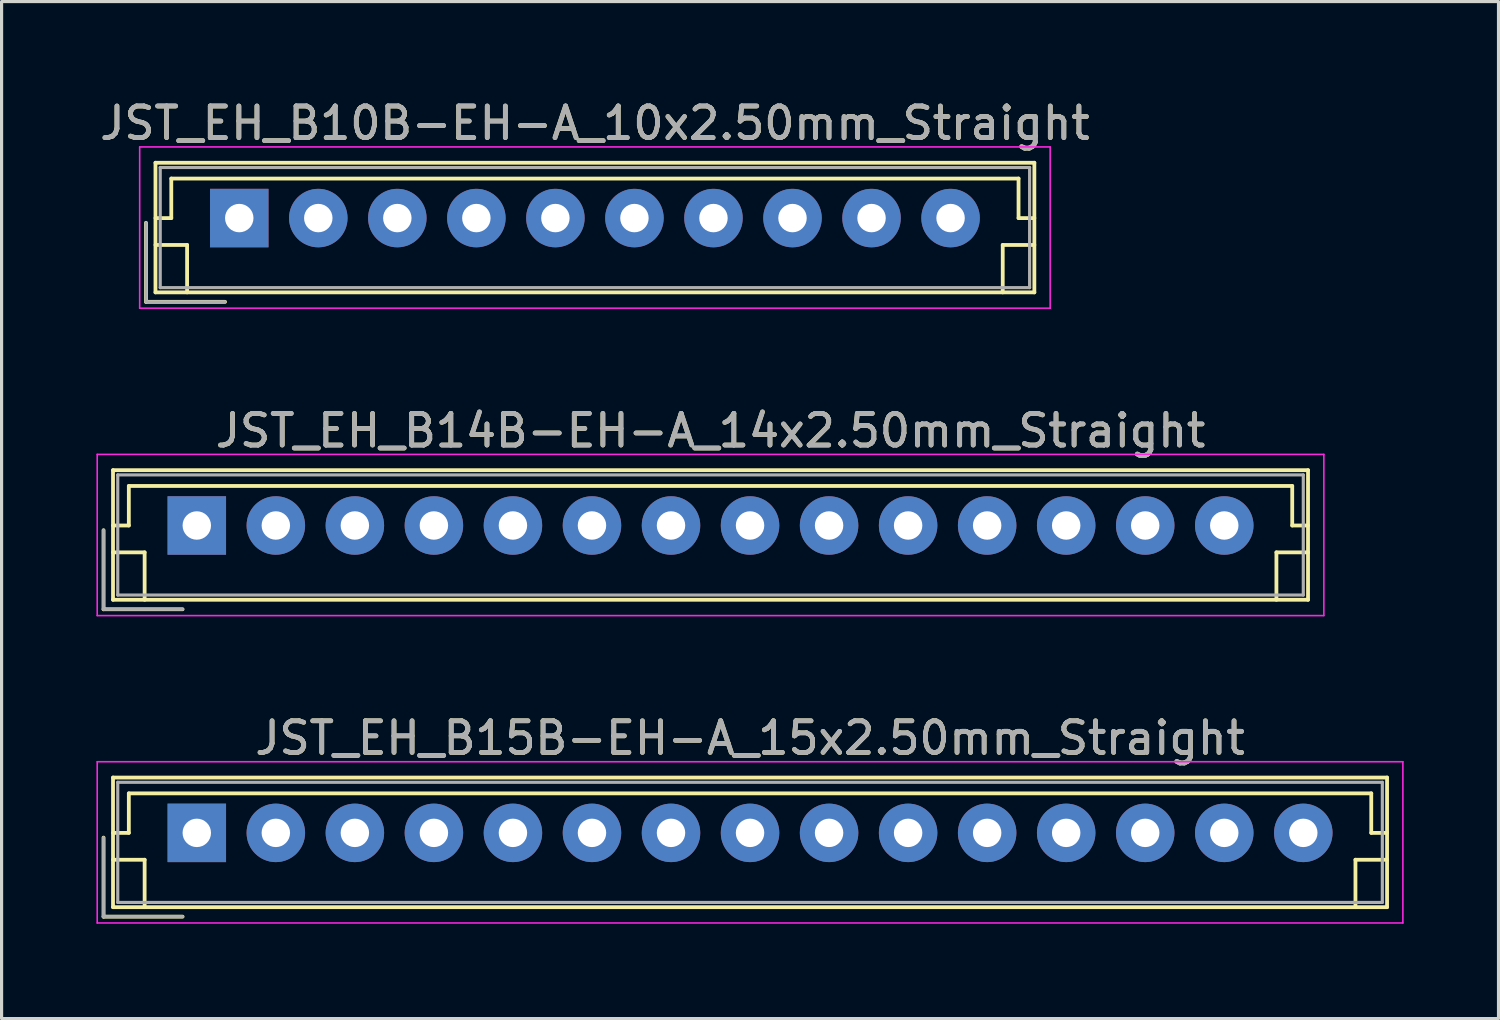
<source format=kicad_pcb>
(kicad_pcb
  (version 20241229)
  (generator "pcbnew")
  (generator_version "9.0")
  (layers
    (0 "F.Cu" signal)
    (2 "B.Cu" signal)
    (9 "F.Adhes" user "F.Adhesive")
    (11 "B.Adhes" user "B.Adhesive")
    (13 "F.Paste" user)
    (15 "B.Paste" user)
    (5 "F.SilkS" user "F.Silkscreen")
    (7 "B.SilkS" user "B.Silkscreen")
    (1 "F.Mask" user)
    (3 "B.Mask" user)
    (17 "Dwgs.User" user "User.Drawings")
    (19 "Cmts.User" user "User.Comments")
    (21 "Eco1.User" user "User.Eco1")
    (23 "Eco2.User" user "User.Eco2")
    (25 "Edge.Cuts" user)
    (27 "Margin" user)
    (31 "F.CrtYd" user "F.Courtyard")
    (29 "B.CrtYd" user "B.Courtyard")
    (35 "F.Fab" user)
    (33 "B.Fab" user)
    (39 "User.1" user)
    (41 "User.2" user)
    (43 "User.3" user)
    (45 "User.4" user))
  (footprint "JST_EH_B10B-EH-A_10x2.50mm_Straight"
    (layer "F.Cu")
    (at 4.518 3.848)
    (property "Reference" "JST_EH_B10B-EH-A_10x2.50mm_Straight" (at 11.25 -3 0) (layer "F.SilkS") (effects (font (size 1 1) (thickness 0.15))))
    (attr through_hole)
    (fp_line (start -2.95 0.15) (end -2.95 2.65) (stroke (width 0.12) (type solid)) (layer "F.SilkS"))
    (fp_line (start -2.95 2.65) (end -0.45 2.65) (stroke (width 0.12) (type solid)) (layer "F.SilkS"))
    (fp_line (start -2.65 -1.75) (end -2.65 2.35) (stroke (width 0.12) (type solid)) (layer "F.SilkS"))
    (fp_line (start -2.65 0) (end -2.15 0) (stroke (width 0.12) (type solid)) (layer "F.SilkS"))
    (fp_line (start -2.65 0.85) (end -1.65 0.85) (stroke (width 0.12) (type solid)) (layer "F.SilkS"))
    (fp_line (start -2.65 2.35) (end 25.15 2.35) (stroke (width 0.12) (type solid)) (layer "F.SilkS"))
    (fp_line (start -2.15 -1.25) (end 24.65 -1.25) (stroke (width 0.12) (type solid)) (layer "F.SilkS"))
    (fp_line (start -2.15 0) (end -2.15 -1.25) (stroke (width 0.12) (type solid)) (layer "F.SilkS"))
    (fp_line (start -1.65 0.85) (end -1.65 2.35) (stroke (width 0.12) (type solid)) (layer "F.SilkS"))
    (fp_line (start 24.15 0.85) (end 24.15 2.35) (stroke (width 0.12) (type solid)) (layer "F.SilkS"))
    (fp_line (start 24.65 -1.25) (end 24.65 0) (stroke (width 0.12) (type solid)) (layer "F.SilkS"))
    (fp_line (start 24.65 0) (end 25.15 0) (stroke (width 0.12) (type solid)) (layer "F.SilkS"))
    (fp_line (start 25.15 -1.75) (end -2.65 -1.75) (stroke (width 0.12) (type solid)) (layer "F.SilkS"))
    (fp_line (start 25.15 0.85) (end 24.15 0.85) (stroke (width 0.12) (type solid)) (layer "F.SilkS"))
    (fp_line (start 25.15 2.35) (end 25.15 -1.75) (stroke (width 0.12) (type solid)) (layer "F.SilkS"))
    (fp_line (start -3.15 -2.25) (end -3.15 2.85) (stroke (width 0.05) (type solid)) (layer "F.CrtYd"))
    (fp_line (start -3.15 2.85) (end 25.65 2.85) (stroke (width 0.05) (type solid)) (layer "F.CrtYd"))
    (fp_line (start 25.65 -2.25) (end -3.15 -2.25) (stroke (width 0.05) (type solid)) (layer "F.CrtYd"))
    (fp_line (start 25.65 2.85) (end 25.65 -2.25) (stroke (width 0.05) (type solid)) (layer "F.CrtYd"))
    (fp_line (start -2.95 0.15) (end -2.95 2.65) (stroke (width 0.1) (type solid)) (layer "F.Fab"))
    (fp_line (start -2.95 2.65) (end -0.45 2.65) (stroke (width 0.1) (type solid)) (layer "F.Fab"))
    (fp_line (start -2.5 -1.6) (end -2.5 2.2) (stroke (width 0.1) (type solid)) (layer "F.Fab"))
    (fp_line (start -2.5 2.2) (end 25 2.2) (stroke (width 0.1) (type solid)) (layer "F.Fab"))
    (fp_line (start 25 -1.6) (end -2.5 -1.6) (stroke (width 0.1) (type solid)) (layer "F.Fab"))
    (fp_line (start 25 2.2) (end 25 -1.6) (stroke (width 0.1) (type solid)) (layer "F.Fab"))
    (fp_text user "${REFERENCE}" (at 11.25 -3 0) (layer "F.Fab") (effects (font (size 1 1) (thickness 0.15))))
    (pad "1" thru_hole rect (at 0 0) (size 1.85 1.85) (drill 0.9) (layers "*.Cu" "*.Mask"))
    (pad "2" thru_hole circle (at 2.5 0) (size 1.85 1.85) (drill 0.9) (layers "*.Cu" "*.Mask"))
    (pad "3" thru_hole circle (at 5 0) (size 1.85 1.85) (drill 0.9) (layers "*.Cu" "*.Mask"))
    (pad "4" thru_hole circle (at 7.5 0) (size 1.85 1.85) (drill 0.9) (layers "*.Cu" "*.Mask"))
    (pad "5" thru_hole circle (at 10 0) (size 1.85 1.85) (drill 0.9) (layers "*.Cu" "*.Mask"))
    (pad "6" thru_hole circle (at 12.5 0) (size 1.85 1.85) (drill 0.9) (layers "*.Cu" "*.Mask"))
    (pad "7" thru_hole circle (at 15 0) (size 1.85 1.85) (drill 0.9) (layers "*.Cu" "*.Mask"))
    (pad "8" thru_hole circle (at 17.5 0) (size 1.85 1.85) (drill 0.9) (layers "*.Cu" "*.Mask"))
    (pad "9" thru_hole circle (at 20 0) (size 1.85 1.85) (drill 0.9) (layers "*.Cu" "*.Mask"))
    (pad "10" thru_hole circle (at 22.5 0) (size 1.85 1.85) (drill 0.9) (layers "*.Cu" "*.Mask")))
  (footprint "JST_EH_B14B-EH-A_14x2.50mm_Straight"
    (layer "F.Cu")
    (at 3.175 13.572)
    (property "Reference" "JST_EH_B14B-EH-A_14x2.50mm_Straight" (at 16.25 -3 0) (layer "F.SilkS") (effects (font (size 1 1) (thickness 0.15))))
    (attr through_hole)
    (fp_line (start -2.95 0.15) (end -2.95 2.65) (stroke (width 0.12) (type solid)) (layer "F.SilkS"))
    (fp_line (start -2.95 2.65) (end -0.45 2.65) (stroke (width 0.12) (type solid)) (layer "F.SilkS"))
    (fp_line (start -2.65 -1.75) (end -2.65 2.35) (stroke (width 0.12) (type solid)) (layer "F.SilkS"))
    (fp_line (start -2.65 0) (end -2.15 0) (stroke (width 0.12) (type solid)) (layer "F.SilkS"))
    (fp_line (start -2.65 0.85) (end -1.65 0.85) (stroke (width 0.12) (type solid)) (layer "F.SilkS"))
    (fp_line (start -2.65 2.35) (end 35.15 2.35) (stroke (width 0.12) (type solid)) (layer "F.SilkS"))
    (fp_line (start -2.15 -1.25) (end 34.65 -1.25) (stroke (width 0.12) (type solid)) (layer "F.SilkS"))
    (fp_line (start -2.15 0) (end -2.15 -1.25) (stroke (width 0.12) (type solid)) (layer "F.SilkS"))
    (fp_line (start -1.65 0.85) (end -1.65 2.35) (stroke (width 0.12) (type solid)) (layer "F.SilkS"))
    (fp_line (start 34.15 0.85) (end 34.15 2.35) (stroke (width 0.12) (type solid)) (layer "F.SilkS"))
    (fp_line (start 34.65 -1.25) (end 34.65 0) (stroke (width 0.12) (type solid)) (layer "F.SilkS"))
    (fp_line (start 34.65 0) (end 35.15 0) (stroke (width 0.12) (type solid)) (layer "F.SilkS"))
    (fp_line (start 35.15 -1.75) (end -2.65 -1.75) (stroke (width 0.12) (type solid)) (layer "F.SilkS"))
    (fp_line (start 35.15 0.85) (end 34.15 0.85) (stroke (width 0.12) (type solid)) (layer "F.SilkS"))
    (fp_line (start 35.15 2.35) (end 35.15 -1.75) (stroke (width 0.12) (type solid)) (layer "F.SilkS"))
    (fp_line (start -3.15 -2.25) (end -3.15 2.85) (stroke (width 0.05) (type solid)) (layer "F.CrtYd"))
    (fp_line (start -3.15 2.85) (end 35.65 2.85) (stroke (width 0.05) (type solid)) (layer "F.CrtYd"))
    (fp_line (start 35.65 -2.25) (end -3.15 -2.25) (stroke (width 0.05) (type solid)) (layer "F.CrtYd"))
    (fp_line (start 35.65 2.85) (end 35.65 -2.25) (stroke (width 0.05) (type solid)) (layer "F.CrtYd"))
    (fp_line (start -2.95 0.15) (end -2.95 2.65) (stroke (width 0.1) (type solid)) (layer "F.Fab"))
    (fp_line (start -2.95 2.65) (end -0.45 2.65) (stroke (width 0.1) (type solid)) (layer "F.Fab"))
    (fp_line (start -2.5 -1.6) (end -2.5 2.2) (stroke (width 0.1) (type solid)) (layer "F.Fab"))
    (fp_line (start -2.5 2.2) (end 35 2.2) (stroke (width 0.1) (type solid)) (layer "F.Fab"))
    (fp_line (start 35 -1.6) (end -2.5 -1.6) (stroke (width 0.1) (type solid)) (layer "F.Fab"))
    (fp_line (start 35 2.2) (end 35 -1.6) (stroke (width 0.1) (type solid)) (layer "F.Fab"))
    (fp_text user "${REFERENCE}" (at 16.25 -3 0) (layer "F.Fab") (effects (font (size 1 1) (thickness 0.15))))
    (pad "1" thru_hole rect (at 0 0) (size 1.85 1.85) (drill 0.9) (layers "*.Cu" "*.Mask"))
    (pad "2" thru_hole circle (at 2.5 0) (size 1.85 1.85) (drill 0.9) (layers "*.Cu" "*.Mask"))
    (pad "3" thru_hole circle (at 5 0) (size 1.85 1.85) (drill 0.9) (layers "*.Cu" "*.Mask"))
    (pad "4" thru_hole circle (at 7.5 0) (size 1.85 1.85) (drill 0.9) (layers "*.Cu" "*.Mask"))
    (pad "5" thru_hole circle (at 10 0) (size 1.85 1.85) (drill 0.9) (layers "*.Cu" "*.Mask"))
    (pad "6" thru_hole circle (at 12.5 0) (size 1.85 1.85) (drill 0.9) (layers "*.Cu" "*.Mask"))
    (pad "7" thru_hole circle (at 15 0) (size 1.85 1.85) (drill 0.9) (layers "*.Cu" "*.Mask"))
    (pad "8" thru_hole circle (at 17.5 0) (size 1.85 1.85) (drill 0.9) (layers "*.Cu" "*.Mask"))
    (pad "9" thru_hole circle (at 20 0) (size 1.85 1.85) (drill 0.9) (layers "*.Cu" "*.Mask"))
    (pad "10" thru_hole circle (at 22.5 0) (size 1.85 1.85) (drill 0.9) (layers "*.Cu" "*.Mask"))
    (pad "11" thru_hole circle (at 25 0) (size 1.85 1.85) (drill 0.9) (layers "*.Cu" "*.Mask"))
    (pad "12" thru_hole circle (at 27.5 0) (size 1.85 1.85) (drill 0.9) (layers "*.Cu" "*.Mask"))
    (pad "13" thru_hole circle (at 30 0) (size 1.85 1.85) (drill 0.9) (layers "*.Cu" "*.Mask"))
    (pad "14" thru_hole circle (at 32.5 0) (size 1.85 1.85) (drill 0.9) (layers "*.Cu" "*.Mask")))
  (footprint "JST_EH_B15B-EH-A_15x2.50mm_Straight"
    (layer "F.Cu")
    (at 3.175 23.295)
    (property "Reference" "JST_EH_B15B-EH-A_15x2.50mm_Straight" (at 17.5 -3 0) (layer "F.SilkS") (effects (font (size 1 1) (thickness 0.15))))
    (attr through_hole)
    (fp_line (start -2.95 0.15) (end -2.95 2.65) (stroke (width 0.12) (type solid)) (layer "F.SilkS"))
    (fp_line (start -2.95 2.65) (end -0.45 2.65) (stroke (width 0.12) (type solid)) (layer "F.SilkS"))
    (fp_line (start -2.65 -1.75) (end -2.65 2.35) (stroke (width 0.12) (type solid)) (layer "F.SilkS"))
    (fp_line (start -2.65 0) (end -2.15 0) (stroke (width 0.12) (type solid)) (layer "F.SilkS"))
    (fp_line (start -2.65 0.85) (end -1.65 0.85) (stroke (width 0.12) (type solid)) (layer "F.SilkS"))
    (fp_line (start -2.65 2.35) (end 37.65 2.35) (stroke (width 0.12) (type solid)) (layer "F.SilkS"))
    (fp_line (start -2.15 -1.25) (end 37.15 -1.25) (stroke (width 0.12) (type solid)) (layer "F.SilkS"))
    (fp_line (start -2.15 0) (end -2.15 -1.25) (stroke (width 0.12) (type solid)) (layer "F.SilkS"))
    (fp_line (start -1.65 0.85) (end -1.65 2.35) (stroke (width 0.12) (type solid)) (layer "F.SilkS"))
    (fp_line (start 36.65 0.85) (end 36.65 2.35) (stroke (width 0.12) (type solid)) (layer "F.SilkS"))
    (fp_line (start 37.15 -1.25) (end 37.15 0) (stroke (width 0.12) (type solid)) (layer "F.SilkS"))
    (fp_line (start 37.15 0) (end 37.65 0) (stroke (width 0.12) (type solid)) (layer "F.SilkS"))
    (fp_line (start 37.65 -1.75) (end -2.65 -1.75) (stroke (width 0.12) (type solid)) (layer "F.SilkS"))
    (fp_line (start 37.65 0.85) (end 36.65 0.85) (stroke (width 0.12) (type solid)) (layer "F.SilkS"))
    (fp_line (start 37.65 2.35) (end 37.65 -1.75) (stroke (width 0.12) (type solid)) (layer "F.SilkS"))
    (fp_line (start -3.15 -2.25) (end -3.15 2.85) (stroke (width 0.05) (type solid)) (layer "F.CrtYd"))
    (fp_line (start -3.15 2.85) (end 38.15 2.85) (stroke (width 0.05) (type solid)) (layer "F.CrtYd"))
    (fp_line (start 38.15 -2.25) (end -3.15 -2.25) (stroke (width 0.05) (type solid)) (layer "F.CrtYd"))
    (fp_line (start 38.15 2.85) (end 38.15 -2.25) (stroke (width 0.05) (type solid)) (layer "F.CrtYd"))
    (fp_line (start -2.95 0.15) (end -2.95 2.65) (stroke (width 0.1) (type solid)) (layer "F.Fab"))
    (fp_line (start -2.95 2.65) (end -0.45 2.65) (stroke (width 0.1) (type solid)) (layer "F.Fab"))
    (fp_line (start -2.5 -1.6) (end -2.5 2.2) (stroke (width 0.1) (type solid)) (layer "F.Fab"))
    (fp_line (start -2.5 2.2) (end 37.5 2.2) (stroke (width 0.1) (type solid)) (layer "F.Fab"))
    (fp_line (start 37.5 -1.6) (end -2.5 -1.6) (stroke (width 0.1) (type solid)) (layer "F.Fab"))
    (fp_line (start 37.5 2.2) (end 37.5 -1.6) (stroke (width 0.1) (type solid)) (layer "F.Fab"))
    (fp_text user "${REFERENCE}" (at 17.5 -3 0) (layer "F.Fab") (effects (font (size 1 1) (thickness 0.15))))
    (pad "1" thru_hole rect (at 0 0) (size 1.85 1.85) (drill 0.9) (layers "*.Cu" "*.Mask"))
    (pad "2" thru_hole circle (at 2.5 0) (size 1.85 1.85) (drill 0.9) (layers "*.Cu" "*.Mask"))
    (pad "3" thru_hole circle (at 5 0) (size 1.85 1.85) (drill 0.9) (layers "*.Cu" "*.Mask"))
    (pad "4" thru_hole circle (at 7.5 0) (size 1.85 1.85) (drill 0.9) (layers "*.Cu" "*.Mask"))
    (pad "5" thru_hole circle (at 10 0) (size 1.85 1.85) (drill 0.9) (layers "*.Cu" "*.Mask"))
    (pad "6" thru_hole circle (at 12.5 0) (size 1.85 1.85) (drill 0.9) (layers "*.Cu" "*.Mask"))
    (pad "7" thru_hole circle (at 15 0) (size 1.85 1.85) (drill 0.9) (layers "*.Cu" "*.Mask"))
    (pad "8" thru_hole circle (at 17.5 0) (size 1.85 1.85) (drill 0.9) (layers "*.Cu" "*.Mask"))
    (pad "9" thru_hole circle (at 20 0) (size 1.85 1.85) (drill 0.9) (layers "*.Cu" "*.Mask"))
    (pad "10" thru_hole circle (at 22.5 0) (size 1.85 1.85) (drill 0.9) (layers "*.Cu" "*.Mask"))
    (pad "11" thru_hole circle (at 25 0) (size 1.85 1.85) (drill 0.9) (layers "*.Cu" "*.Mask"))
    (pad "12" thru_hole circle (at 27.5 0) (size 1.85 1.85) (drill 0.9) (layers "*.Cu" "*.Mask"))
    (pad "13" thru_hole circle (at 30 0) (size 1.85 1.85) (drill 0.9) (layers "*.Cu" "*.Mask"))
    (pad "14" thru_hole circle (at 32.5 0) (size 1.85 1.85) (drill 0.9) (layers "*.Cu" "*.Mask"))
    (pad "15" thru_hole circle (at 35 0) (size 1.85 1.85) (drill 0.9) (layers "*.Cu" "*.Mask")))
  (gr_rect
    (start -3 -3)
    (end 44.35 29.17)
    (stroke (width 0.1) (type default))
    (fill no)
    (layer "Edge.Cuts")))
</source>
